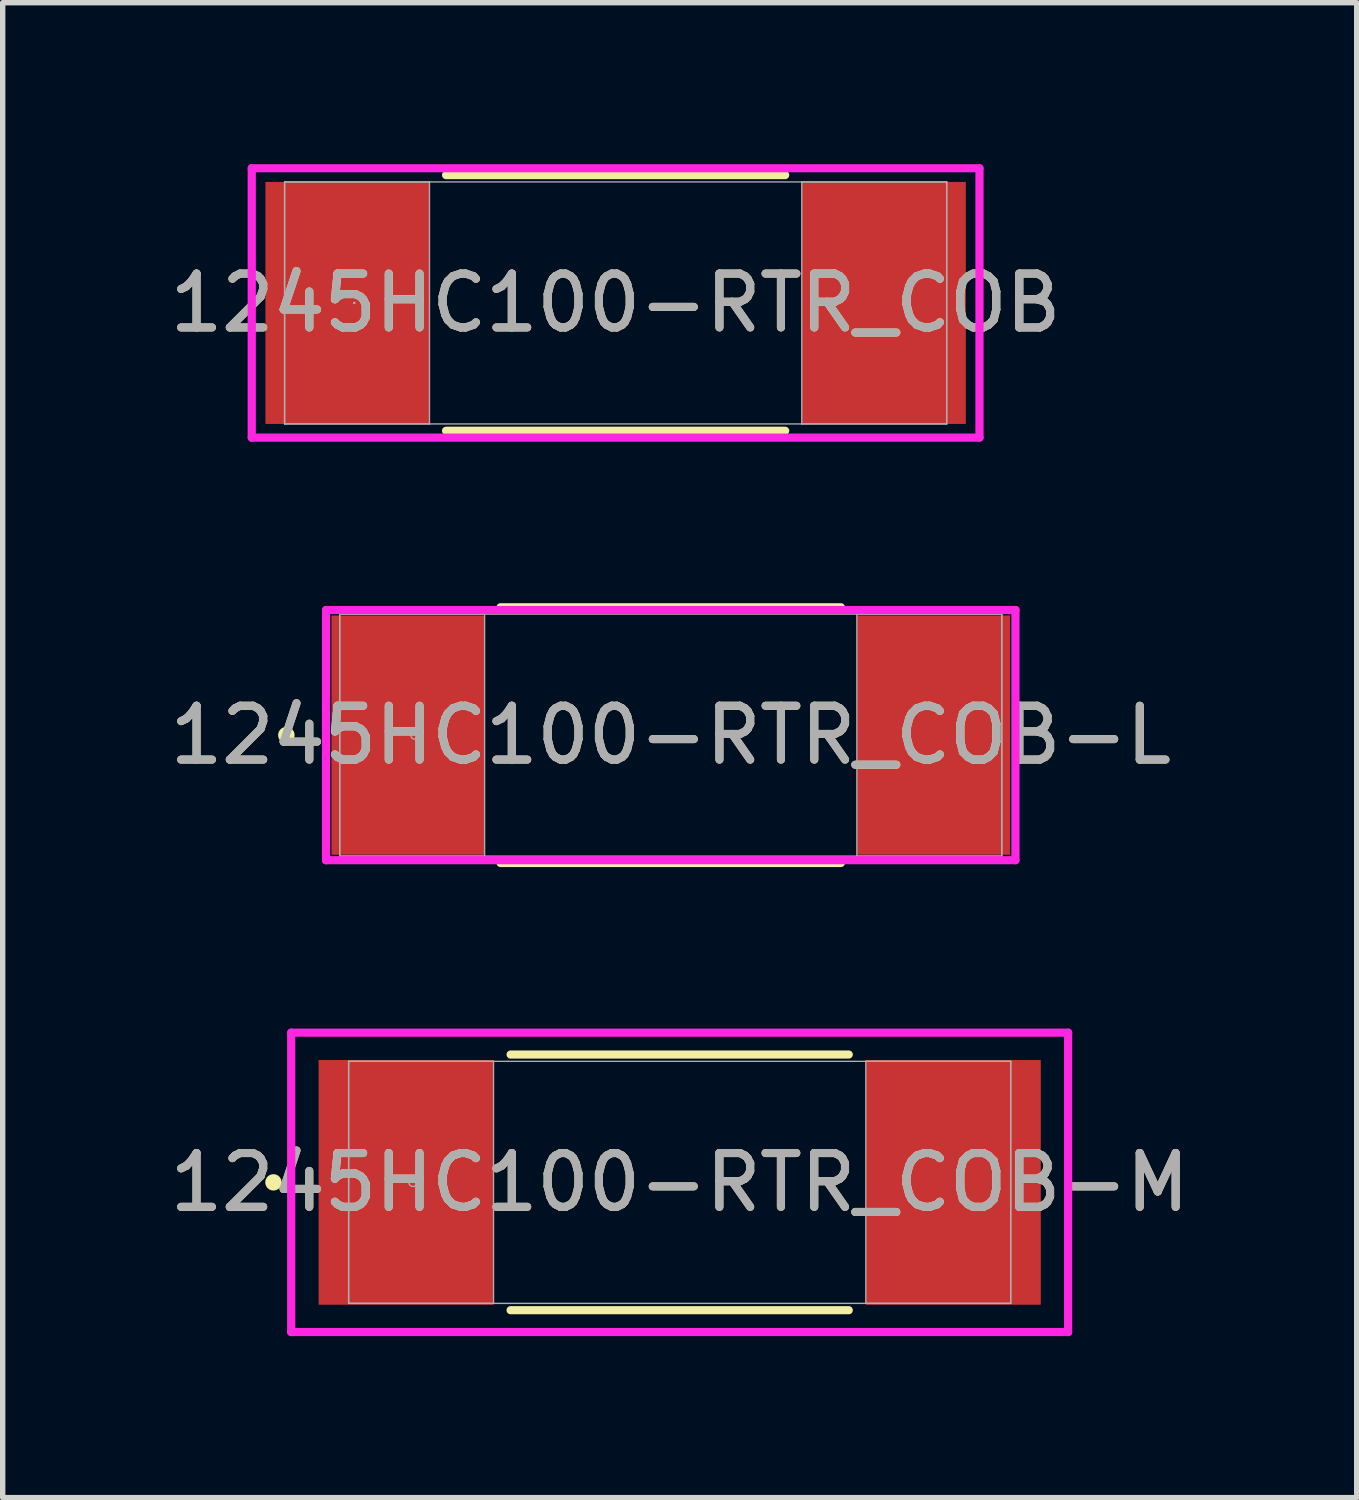
<source format=kicad_pcb>
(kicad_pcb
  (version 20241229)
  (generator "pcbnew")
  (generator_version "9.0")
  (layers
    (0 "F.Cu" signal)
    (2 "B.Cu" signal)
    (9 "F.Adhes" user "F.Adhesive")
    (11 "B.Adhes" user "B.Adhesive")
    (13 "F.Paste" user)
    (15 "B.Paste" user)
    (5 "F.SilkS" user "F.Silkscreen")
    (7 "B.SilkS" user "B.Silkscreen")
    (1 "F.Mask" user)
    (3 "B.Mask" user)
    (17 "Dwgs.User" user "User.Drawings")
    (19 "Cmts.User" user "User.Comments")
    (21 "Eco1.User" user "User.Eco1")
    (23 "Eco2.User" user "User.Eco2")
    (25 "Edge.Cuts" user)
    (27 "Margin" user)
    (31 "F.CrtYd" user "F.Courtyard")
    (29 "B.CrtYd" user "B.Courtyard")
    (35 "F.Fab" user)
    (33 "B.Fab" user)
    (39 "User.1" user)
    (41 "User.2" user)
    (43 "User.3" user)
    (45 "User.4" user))
  (footprint "1245HC100-RTR_COB"
    (layer "F.Cu")
    (at 8.387 2.578)
    (property "Reference" "1245HC100-RTR_COB" (at 0 0 0) (unlocked yes) (layer "F.SilkS") (effects (font (size 1 1) (thickness 0.15))))
    (attr smd)
    (fp_line (start -3.15 2.375) (end 3.15 2.375) (stroke (width 0.152) (type solid)) (layer "F.SilkS"))
    (fp_line (start 3.15 -2.375) (end -3.15 -2.375) (stroke (width 0.152) (type solid)) (layer "F.SilkS"))
    (fp_line (start -6.76 -2.502) (end 6.76 -2.502) (stroke (width 0.152) (type solid)) (layer "F.CrtYd"))
    (fp_line (start -6.76 2.502) (end -6.76 -2.502) (stroke (width 0.152) (type solid)) (layer "F.CrtYd"))
    (fp_line (start 6.76 -2.502) (end 6.76 2.502) (stroke (width 0.152) (type solid)) (layer "F.CrtYd"))
    (fp_line (start 6.76 2.502) (end -6.76 2.502) (stroke (width 0.152) (type solid)) (layer "F.CrtYd"))
    (fp_line (start -6.15 -2.248) (end -6.15 2.248) (stroke (width 0.025) (type solid)) (layer "F.Fab"))
    (fp_line (start -6.15 -2.248) (end -6.15 2.248) (stroke (width 0.025) (type solid)) (layer "F.Fab"))
    (fp_line (start -6.15 2.248) (end -3.458 2.248) (stroke (width 0.025) (type solid)) (layer "F.Fab"))
    (fp_line (start -6.15 2.248) (end 6.15 2.248) (stroke (width 0.025) (type solid)) (layer "F.Fab"))
    (fp_line (start -3.458 -2.248) (end -6.15 -2.248) (stroke (width 0.025) (type solid)) (layer "F.Fab"))
    (fp_line (start -3.458 2.248) (end -3.458 -2.248) (stroke (width 0.025) (type solid)) (layer "F.Fab"))
    (fp_line (start 3.458 -2.248) (end 3.458 2.248) (stroke (width 0.025) (type solid)) (layer "F.Fab"))
    (fp_line (start 3.458 2.248) (end 6.15 2.248) (stroke (width 0.025) (type solid)) (layer "F.Fab"))
    (fp_line (start 6.15 -2.248) (end -6.15 -2.248) (stroke (width 0.025) (type solid)) (layer "F.Fab"))
    (fp_line (start 6.15 -2.248) (end 3.458 -2.248) (stroke (width 0.025) (type solid)) (layer "F.Fab"))
    (fp_line (start 6.15 2.248) (end 6.15 -2.248) (stroke (width 0.025) (type solid)) (layer "F.Fab"))
    (fp_line (start 6.15 2.248) (end 6.15 -2.248) (stroke (width 0.025) (type solid)) (layer "F.Fab"))
    (fp_circle (center -4.855 0) (end -4.855 0) (stroke (width 0.025) (type solid)) (fill no) (layer "F.Fab"))
    (fp_text user "${REFERENCE}" (at 0 0 0) (unlocked yes) (layer "F.Fab") (effects (font (size 1 1) (thickness 0.15))))
    (pad "1" smd rect (at -4.982 0) (size 3.048 4.496) (layers "F.Cu" "F.Mask" "F.Paste"))
    (pad "2" smd rect (at 4.982 0) (size 3.048 4.496) (layers "F.Cu" "F.Mask" "F.Paste"))
    (zone (net_name "") (layer "F.Cu") (hatch full 0.508) (connect_pads) (min_thickness 0.254) (filled_areas_thickness no) (keepout (tracks not_allowed) (vias not_allowed) (pads allowed) (copperpour not_allowed) (footprints allowed)) (placement (enabled no)) (fill) (polygon (pts (xy 4.98 0.381) (xy 11.794 0.381) (xy 11.794 4.775) (xy 4.98 4.775)))))
  (footprint "1245HC100-RTR_COB-L"
    (layer "F.Cu")
    (at 9.411 10.607)
    (property "Reference" "1245HC100-RTR_COB-L" (at 0 0 0) (unlocked yes) (layer "F.SilkS") (effects (font (size 1 1) (thickness 0.15))))
    (attr smd)
    (fp_line (start -3.162 2.375) (end 3.162 2.375) (stroke (width 0.152) (type solid)) (layer "F.SilkS"))
    (fp_line (start 3.162 -2.375) (end -3.162 -2.375) (stroke (width 0.152) (type solid)) (layer "F.SilkS"))
    (fp_circle (center -7.141 0) (end -7.064 0) (stroke (width 0.152) (type solid)) (fill no) (layer "F.SilkS"))
    (fp_line (start -6.404 -2.324) (end 6.404 -2.324) (stroke (width 0.152) (type solid)) (layer "F.CrtYd"))
    (fp_line (start -6.404 2.324) (end -6.404 -2.324) (stroke (width 0.152) (type solid)) (layer "F.CrtYd"))
    (fp_line (start 6.404 -2.324) (end 6.404 2.324) (stroke (width 0.152) (type solid)) (layer "F.CrtYd"))
    (fp_line (start 6.404 2.324) (end -6.404 2.324) (stroke (width 0.152) (type solid)) (layer "F.CrtYd"))
    (fp_line (start -6.15 -2.248) (end -6.15 2.248) (stroke (width 0.025) (type solid)) (layer "F.Fab"))
    (fp_line (start -6.15 -2.248) (end -6.15 2.248) (stroke (width 0.025) (type solid)) (layer "F.Fab"))
    (fp_line (start -6.15 2.248) (end -3.458 2.248) (stroke (width 0.025) (type solid)) (layer "F.Fab"))
    (fp_line (start -6.15 2.248) (end 6.15 2.248) (stroke (width 0.025) (type solid)) (layer "F.Fab"))
    (fp_line (start -3.458 -2.248) (end -6.15 -2.248) (stroke (width 0.025) (type solid)) (layer "F.Fab"))
    (fp_line (start -3.458 2.248) (end -3.458 -2.248) (stroke (width 0.025) (type solid)) (layer "F.Fab"))
    (fp_line (start 3.458 -2.248) (end 3.458 2.248) (stroke (width 0.025) (type solid)) (layer "F.Fab"))
    (fp_line (start 3.458 2.248) (end 6.15 2.248) (stroke (width 0.025) (type solid)) (layer "F.Fab"))
    (fp_line (start 6.15 -2.248) (end -6.15 -2.248) (stroke (width 0.025) (type solid)) (layer "F.Fab"))
    (fp_line (start 6.15 -2.248) (end 3.458 -2.248) (stroke (width 0.025) (type solid)) (layer "F.Fab"))
    (fp_line (start 6.15 2.248) (end 6.15 -2.248) (stroke (width 0.025) (type solid)) (layer "F.Fab"))
    (fp_line (start 6.15 2.248) (end 6.15 -2.248) (stroke (width 0.025) (type solid)) (layer "F.Fab"))
    (fp_circle (center -4.753 0) (end -4.677 0) (stroke (width 0.025) (type solid)) (fill no) (layer "F.Fab"))
    (fp_text user "${REFERENCE}" (at 0 0 0) (unlocked yes) (layer "F.Fab") (effects (font (size 1 1) (thickness 0.15))))
    (pad "1" smd rect (at -4.88 0) (size 2.845 4.445) (layers "F.Cu" "F.Mask" "F.Paste"))
    (pad "2" smd rect (at 4.88 0) (size 2.845 4.445) (layers "F.Cu" "F.Mask" "F.Paste"))
    (zone (net_name "") (layer "F.Cu") (hatch full 0.508) (connect_pads) (min_thickness 0.254) (filled_areas_thickness no) (keepout (tracks not_allowed) (vias not_allowed) (pads allowed) (copperpour not_allowed) (footprints allowed)) (placement (enabled no)) (fill) (polygon (pts (xy 6.004 8.41) (xy 12.818 8.41) (xy 12.818 12.804) (xy 6.004 12.804)))))
  (footprint "1245HC100-RTR_COB-M"
    (layer "F.Cu")
    (at 9.577 18.916)
    (property "Reference" "1245HC100-RTR_COB-M" (at 0 0 0) (unlocked yes) (layer "F.SilkS") (effects (font (size 1 1) (thickness 0.15))))
    (attr smd)
    (fp_line (start -3.141 2.375) (end 3.141 2.375) (stroke (width 0.152) (type solid)) (layer "F.SilkS"))
    (fp_line (start 3.141 -2.375) (end -3.141 -2.375) (stroke (width 0.152) (type solid)) (layer "F.SilkS"))
    (fp_circle (center -7.547 0) (end -7.471 0) (stroke (width 0.152) (type solid)) (fill no) (layer "F.SilkS"))
    (fp_line (start -7.217 -2.781) (end 7.217 -2.781) (stroke (width 0.152) (type solid)) (layer "F.CrtYd"))
    (fp_line (start -7.217 2.781) (end -7.217 -2.781) (stroke (width 0.152) (type solid)) (layer "F.CrtYd"))
    (fp_line (start 7.217 -2.781) (end 7.217 2.781) (stroke (width 0.152) (type solid)) (layer "F.CrtYd"))
    (fp_line (start 7.217 2.781) (end -7.217 2.781) (stroke (width 0.152) (type solid)) (layer "F.CrtYd"))
    (fp_line (start -6.15 -2.248) (end -6.15 2.248) (stroke (width 0.025) (type solid)) (layer "F.Fab"))
    (fp_line (start -6.15 -2.248) (end -6.15 2.248) (stroke (width 0.025) (type solid)) (layer "F.Fab"))
    (fp_line (start -6.15 2.248) (end -3.458 2.248) (stroke (width 0.025) (type solid)) (layer "F.Fab"))
    (fp_line (start -6.15 2.248) (end 6.15 2.248) (stroke (width 0.025) (type solid)) (layer "F.Fab"))
    (fp_line (start -3.458 -2.248) (end -6.15 -2.248) (stroke (width 0.025) (type solid)) (layer "F.Fab"))
    (fp_line (start -3.458 2.248) (end -3.458 -2.248) (stroke (width 0.025) (type solid)) (layer "F.Fab"))
    (fp_line (start 3.458 -2.248) (end 3.458 2.248) (stroke (width 0.025) (type solid)) (layer "F.Fab"))
    (fp_line (start 3.458 2.248) (end 6.15 2.248) (stroke (width 0.025) (type solid)) (layer "F.Fab"))
    (fp_line (start 6.15 -2.248) (end -6.15 -2.248) (stroke (width 0.025) (type solid)) (layer "F.Fab"))
    (fp_line (start 6.15 -2.248) (end 3.458 -2.248) (stroke (width 0.025) (type solid)) (layer "F.Fab"))
    (fp_line (start 6.15 2.248) (end 6.15 -2.248) (stroke (width 0.025) (type solid)) (layer "F.Fab"))
    (fp_line (start 6.15 2.248) (end 6.15 -2.248) (stroke (width 0.025) (type solid)) (layer "F.Fab"))
    (fp_circle (center -4.956 0) (end -4.88 0) (stroke (width 0.025) (type solid)) (fill no) (layer "F.Fab"))
    (fp_text user "${REFERENCE}" (at 0 0 0) (unlocked yes) (layer "F.Fab") (effects (font (size 1 1) (thickness 0.15))))
    (pad "1" smd rect (at -5.083 0) (size 3.251 4.547) (layers "F.Cu" "F.Mask" "F.Paste"))
    (pad "2" smd rect (at 5.083 0) (size 3.251 4.547) (layers "F.Cu" "F.Mask" "F.Paste"))
    (zone (net_name "") (layer "F.Cu") (hatch full 0.508) (connect_pads) (min_thickness 0.254) (filled_areas_thickness no) (keepout (tracks not_allowed) (vias not_allowed) (pads allowed) (copperpour not_allowed) (footprints allowed)) (placement (enabled no)) (fill) (polygon (pts (xy 6.171 16.719) (xy 12.984 16.719) (xy 12.984 21.113) (xy 6.171 21.113)))))
  (gr_rect
    (start -3 -3)
    (end 22.155 24.773)
    (stroke (width 0.1) (type default))
    (fill no)
    (layer "Edge.Cuts")))
</source>
